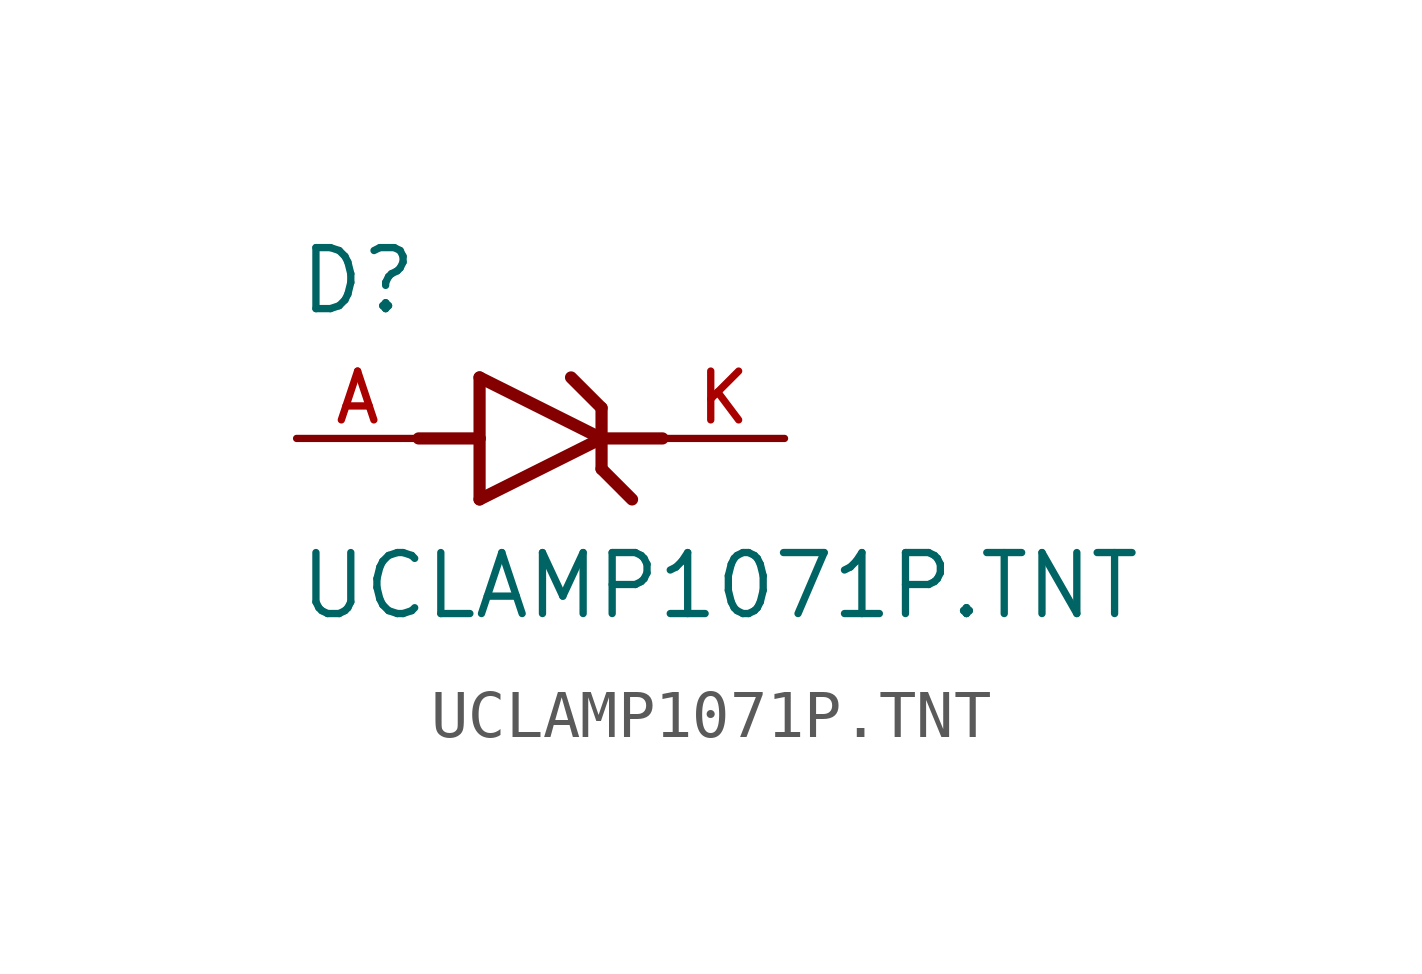
<source format=kicad_sym>
(kicad_symbol_lib
  (version 20211014)
  (generator kicad_symbol_editor)
  (symbol "UCLAMP1071P.TNT"
    (pin_names
      (offset 1.016))
    (property "Reference" "D"
      (at -5.08 2.54 0)
      (effects (font (size 1.27 1.27)) (justify bottom left)))
    (property "Value" "UCLAMP1071P.TNT"
      (at -5.08 -3.81 0)
      (effects (font (size 1.27 1.27)) (justify bottom left)))
    (symbol "UCLAMP1071P.TNT_0_0"
      (polyline (pts (xy -1.27 -1.27) (xy 1.27 0.0)) (stroke (width 0.254)))
      (polyline (pts (xy 1.27 0.0) (xy -1.27 1.27)) (stroke (width 0.254)))
      (polyline (pts (xy 1.27 0.635) (xy 1.27 0.0)) (stroke (width 0.254)))
      (polyline (pts (xy -1.27 1.27) (xy -1.27 0.0)) (stroke (width 0.254)))
      (polyline (pts (xy -1.27 0.0) (xy -1.27 -1.27)) (stroke (width 0.254)))
      (polyline (pts (xy 1.27 0.0) (xy 1.27 -0.635)) (stroke (width 0.254)))
      (polyline (pts (xy -2.54 0.0) (xy -1.27 0.0)) (stroke (width 0.254)))
      (polyline (pts (xy 2.54 0.0) (xy 1.27 0.0)) (stroke (width 0.254)))
      (polyline (pts (xy 0.635 1.27) (xy 1.27 0.635)) (stroke (width 0.254)))
      (polyline (pts (xy 1.27 -0.635) (xy 1.905 -1.27)) (stroke (width 0.254)))
      (pin passive line (at 5.08 0.0 180.0) (length 2.54) (name "~" (effects (font (size 1.016 1.016)))) (number "K" (effects (font (size 1.016 1.016)))))
      (pin passive line (at -5.08 0.0 0) (length 2.54) (name "~" (effects (font (size 1.016 1.016)))) (number "A" (effects (font (size 1.016 1.016))))))))
</source>
